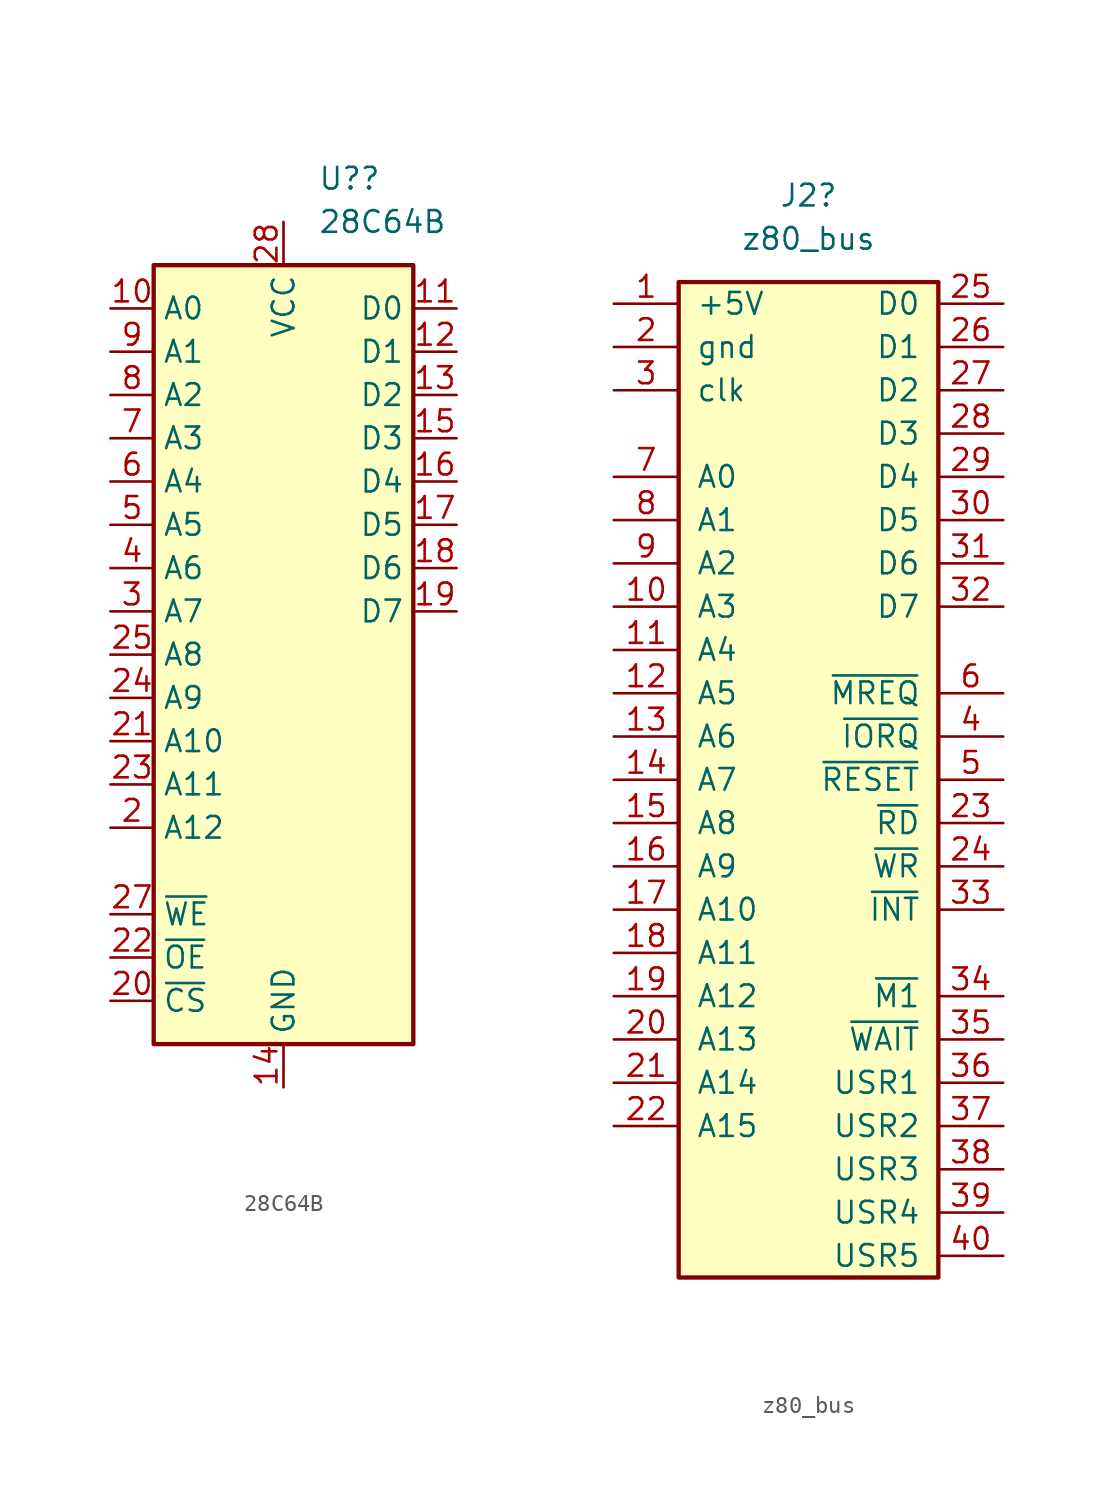
<source format=kicad_sym>
(kicad_symbol_lib
  (version 20211014)
  (generator kicad_symbol_editor)
  (symbol "28C64B"
    (property "Reference" "U?"
      (at 2.019 30.48 0)
      (effects (font (size 1.27 1.27)) (justify left)))
    (property "Value" "28C64B"
      (at 2.019 27.94 0)
      (effects (font (size 1.27 1.27)) (justify left)))
    (symbol "28C64B_1_1"
      (rectangle (start -7.62 25.4) (end 7.62 -20.32) (stroke (width 0.254) (type default) (color 0 0 0 0)) (fill (type background)))
      (pin input line (at 7.62 -2.54 0) (length 2.54) hide (name "NC" (effects (font (size 1.27 1.27)))) (number "1" (effects (font (size 1.27 1.27)))))
      (pin input line (at -10.16 22.86 0) (length 2.54) (name "A0" (effects (font (size 1.27 1.27)))) (number "10" (effects (font (size 1.27 1.27)))))
      (pin tri_state line (at 10.16 22.86 180) (length 2.54) (name "D0" (effects (font (size 1.27 1.27)))) (number "11" (effects (font (size 1.27 1.27)))))
      (pin tri_state line (at 10.16 20.32 180) (length 2.54) (name "D1" (effects (font (size 1.27 1.27)))) (number "12" (effects (font (size 1.27 1.27)))))
      (pin tri_state line (at 10.16 17.78 180) (length 2.54) (name "D2" (effects (font (size 1.27 1.27)))) (number "13" (effects (font (size 1.27 1.27)))))
      (pin power_in line (at 0 -22.86 90) (length 2.54) (name "GND" (effects (font (size 1.27 1.27)))) (number "14" (effects (font (size 1.27 1.27)))))
      (pin tri_state line (at 10.16 15.24 180) (length 2.54) (name "D3" (effects (font (size 1.27 1.27)))) (number "15" (effects (font (size 1.27 1.27)))))
      (pin tri_state line (at 10.16 12.7 180) (length 2.54) (name "D4" (effects (font (size 1.27 1.27)))) (number "16" (effects (font (size 1.27 1.27)))))
      (pin tri_state line (at 10.16 10.16 180) (length 2.54) (name "D5" (effects (font (size 1.27 1.27)))) (number "17" (effects (font (size 1.27 1.27)))))
      (pin tri_state line (at 10.16 7.62 180) (length 2.54) (name "D6" (effects (font (size 1.27 1.27)))) (number "18" (effects (font (size 1.27 1.27)))))
      (pin tri_state line (at 10.16 5.08 180) (length 2.54) (name "D7" (effects (font (size 1.27 1.27)))) (number "19" (effects (font (size 1.27 1.27)))))
      (pin input line (at -10.16 -7.62 0) (length 2.54) (name "A12" (effects (font (size 1.27 1.27)))) (number "2" (effects (font (size 1.27 1.27)))))
      (pin input line (at -10.16 -17.78 0) (length 2.54) (name "~{CS}" (effects (font (size 1.27 1.27)))) (number "20" (effects (font (size 1.27 1.27)))))
      (pin input line (at -10.16 -2.54 0) (length 2.54) (name "A10" (effects (font (size 1.27 1.27)))) (number "21" (effects (font (size 1.27 1.27)))))
      (pin input line (at -10.16 -15.24 0) (length 2.54) (name "~{OE}" (effects (font (size 1.27 1.27)))) (number "22" (effects (font (size 1.27 1.27)))))
      (pin input line (at -10.16 -5.08 0) (length 2.54) (name "A11" (effects (font (size 1.27 1.27)))) (number "23" (effects (font (size 1.27 1.27)))))
      (pin input line (at -10.16 0 0) (length 2.54) (name "A9" (effects (font (size 1.27 1.27)))) (number "24" (effects (font (size 1.27 1.27)))))
      (pin input line (at -10.16 2.54 0) (length 2.54) (name "A8" (effects (font (size 1.27 1.27)))) (number "25" (effects (font (size 1.27 1.27)))))
      (pin input line (at 7.62 -5.08 0) (length 2.54) hide (name "NC" (effects (font (size 1.27 1.27)))) (number "26" (effects (font (size 1.27 1.27)))))
      (pin input line (at -10.16 -12.7 0) (length 2.54) (name "~{WE}" (effects (font (size 1.27 1.27)))) (number "27" (effects (font (size 1.27 1.27)))))
      (pin power_in line (at 0 27.94 270) (length 2.54) (name "VCC" (effects (font (size 1.27 1.27)))) (number "28" (effects (font (size 1.27 1.27)))))
      (pin input line (at -10.16 5.08 0) (length 2.54) (name "A7" (effects (font (size 1.27 1.27)))) (number "3" (effects (font (size 1.27 1.27)))))
      (pin input line (at -10.16 7.62 0) (length 2.54) (name "A6" (effects (font (size 1.27 1.27)))) (number "4" (effects (font (size 1.27 1.27)))))
      (pin input line (at -10.16 10.16 0) (length 2.54) (name "A5" (effects (font (size 1.27 1.27)))) (number "5" (effects (font (size 1.27 1.27)))))
      (pin input line (at -10.16 12.7 0) (length 2.54) (name "A4" (effects (font (size 1.27 1.27)))) (number "6" (effects (font (size 1.27 1.27)))))
      (pin input line (at -10.16 15.24 0) (length 2.54) (name "A3" (effects (font (size 1.27 1.27)))) (number "7" (effects (font (size 1.27 1.27)))))
      (pin input line (at -10.16 17.78 0) (length 2.54) (name "A2" (effects (font (size 1.27 1.27)))) (number "8" (effects (font (size 1.27 1.27)))))
      (pin input line (at -10.16 20.32 0) (length 2.54) (name "A1" (effects (font (size 1.27 1.27)))) (number "9" (effects (font (size 1.27 1.27)))))))
  (symbol "z80_bus"
    (pin_names
      (offset 1.016))
    (property "Reference" "J2"
      (at 0 29.21 0)
      (effects (font (size 1.27 1.27))))
    (property "Value" "z80_bus"
      (at 0 26.67 0)
      (effects (font (size 1.27 1.27))))
    (symbol "z80_bus_1_1"
      (rectangle (start -7.62 24.13) (end 7.62 -34.29) (stroke (width 0.254) (type default) (color 0 0 0 0)) (fill (type background)))
      (pin passive line (at -11.43 22.86 0) (length 3.81) (name "+5V" (effects (font (size 1.27 1.27)))) (number "1" (effects (font (size 1.27 1.27)))))
      (pin passive line (at -11.43 5.08 0) (length 3.81) (name "A3" (effects (font (size 1.27 1.27)))) (number "10" (effects (font (size 1.27 1.27)))))
      (pin passive line (at -11.43 2.54 0) (length 3.81) (name "A4" (effects (font (size 1.27 1.27)))) (number "11" (effects (font (size 1.27 1.27)))))
      (pin passive line (at -11.43 0 0) (length 3.81) (name "A5" (effects (font (size 1.27 1.27)))) (number "12" (effects (font (size 1.27 1.27)))))
      (pin passive line (at -11.43 -2.54 0) (length 3.81) (name "A6" (effects (font (size 1.27 1.27)))) (number "13" (effects (font (size 1.27 1.27)))))
      (pin passive line (at -11.43 -5.08 0) (length 3.81) (name "A7" (effects (font (size 1.27 1.27)))) (number "14" (effects (font (size 1.27 1.27)))))
      (pin passive line (at -11.43 -7.62 0) (length 3.81) (name "A8" (effects (font (size 1.27 1.27)))) (number "15" (effects (font (size 1.27 1.27)))))
      (pin passive line (at -11.43 -10.16 0) (length 3.81) (name "A9" (effects (font (size 1.27 1.27)))) (number "16" (effects (font (size 1.27 1.27)))))
      (pin passive line (at -11.43 -12.7 0) (length 3.81) (name "A10" (effects (font (size 1.27 1.27)))) (number "17" (effects (font (size 1.27 1.27)))))
      (pin passive line (at -11.43 -15.24 0) (length 3.81) (name "A11" (effects (font (size 1.27 1.27)))) (number "18" (effects (font (size 1.27 1.27)))))
      (pin passive line (at -11.43 -17.78 0) (length 3.81) (name "A12" (effects (font (size 1.27 1.27)))) (number "19" (effects (font (size 1.27 1.27)))))
      (pin passive line (at -11.43 20.32 0) (length 3.81) (name "gnd" (effects (font (size 1.27 1.27)))) (number "2" (effects (font (size 1.27 1.27)))))
      (pin passive line (at -11.43 -20.32 0) (length 3.81) (name "A13" (effects (font (size 1.27 1.27)))) (number "20" (effects (font (size 1.27 1.27)))))
      (pin passive line (at -11.43 -22.86 0) (length 3.81) (name "A14" (effects (font (size 1.27 1.27)))) (number "21" (effects (font (size 1.27 1.27)))))
      (pin passive line (at -11.43 -25.4 0) (length 3.81) (name "A15" (effects (font (size 1.27 1.27)))) (number "22" (effects (font (size 1.27 1.27)))))
      (pin passive line (at 11.43 -7.62 180) (length 3.81) (name "~{RD}" (effects (font (size 1.27 1.27)))) (number "23" (effects (font (size 1.27 1.27)))))
      (pin passive line (at 11.43 -10.16 180) (length 3.81) (name "~{WR}" (effects (font (size 1.27 1.27)))) (number "24" (effects (font (size 1.27 1.27)))))
      (pin passive line (at 11.43 22.86 180) (length 3.81) (name "D0" (effects (font (size 1.27 1.27)))) (number "25" (effects (font (size 1.27 1.27)))))
      (pin passive line (at 11.43 20.32 180) (length 3.81) (name "D1" (effects (font (size 1.27 1.27)))) (number "26" (effects (font (size 1.27 1.27)))))
      (pin passive line (at 11.43 17.78 180) (length 3.81) (name "D2" (effects (font (size 1.27 1.27)))) (number "27" (effects (font (size 1.27 1.27)))))
      (pin passive line (at 11.43 15.24 180) (length 3.81) (name "D3" (effects (font (size 1.27 1.27)))) (number "28" (effects (font (size 1.27 1.27)))))
      (pin passive line (at 11.43 12.7 180) (length 3.81) (name "D4" (effects (font (size 1.27 1.27)))) (number "29" (effects (font (size 1.27 1.27)))))
      (pin passive line (at -11.43 17.78 0) (length 3.81) (name "clk" (effects (font (size 1.27 1.27)))) (number "3" (effects (font (size 1.27 1.27)))))
      (pin passive line (at 11.43 10.16 180) (length 3.81) (name "D5" (effects (font (size 1.27 1.27)))) (number "30" (effects (font (size 1.27 1.27)))))
      (pin passive line (at 11.43 7.62 180) (length 3.81) (name "D6" (effects (font (size 1.27 1.27)))) (number "31" (effects (font (size 1.27 1.27)))))
      (pin passive line (at 11.43 5.08 180) (length 3.81) (name "D7" (effects (font (size 1.27 1.27)))) (number "32" (effects (font (size 1.27 1.27)))))
      (pin passive line (at 11.43 -12.7 180) (length 3.81) (name "~{INT}" (effects (font (size 1.27 1.27)))) (number "33" (effects (font (size 1.27 1.27)))))
      (pin passive line (at 11.43 -17.78 180) (length 3.81) (name "~{M1}" (effects (font (size 1.27 1.27)))) (number "34" (effects (font (size 1.27 1.27)))))
      (pin passive line (at 11.43 -20.32 180) (length 3.81) (name "~{WAIT}" (effects (font (size 1.27 1.27)))) (number "35" (effects (font (size 1.27 1.27)))))
      (pin passive line (at 11.43 -22.86 180) (length 3.81) (name "USR1" (effects (font (size 1.27 1.27)))) (number "36" (effects (font (size 1.27 1.27)))))
      (pin passive line (at 11.43 -25.4 180) (length 3.81) (name "USR2" (effects (font (size 1.27 1.27)))) (number "37" (effects (font (size 1.27 1.27)))))
      (pin passive line (at 11.43 -27.94 180) (length 3.81) (name "USR3" (effects (font (size 1.27 1.27)))) (number "38" (effects (font (size 1.27 1.27)))))
      (pin passive line (at 11.43 -30.48 180) (length 3.81) (name "USR4" (effects (font (size 1.27 1.27)))) (number "39" (effects (font (size 1.27 1.27)))))
      (pin passive line (at 11.43 -2.54 180) (length 3.81) (name "~{IORQ}" (effects (font (size 1.27 1.27)))) (number "4" (effects (font (size 1.27 1.27)))))
      (pin passive line (at 11.43 -33.02 180) (length 3.81) (name "USR5" (effects (font (size 1.27 1.27)))) (number "40" (effects (font (size 1.27 1.27)))))
      (pin passive line (at 11.43 -5.08 180) (length 3.81) (name "~{RESET}" (effects (font (size 1.27 1.27)))) (number "5" (effects (font (size 1.27 1.27)))))
      (pin passive line (at 11.43 0 180) (length 3.81) (name "~{MREQ}" (effects (font (size 1.27 1.27)))) (number "6" (effects (font (size 1.27 1.27)))))
      (pin passive line (at -11.43 12.7 0) (length 3.81) (name "A0" (effects (font (size 1.27 1.27)))) (number "7" (effects (font (size 1.27 1.27)))))
      (pin passive line (at -11.43 10.16 0) (length 3.81) (name "A1" (effects (font (size 1.27 1.27)))) (number "8" (effects (font (size 1.27 1.27)))))
      (pin passive line (at -11.43 7.62 0) (length 3.81) (name "A2" (effects (font (size 1.27 1.27)))) (number "9" (effects (font (size 1.27 1.27))))))))
</source>
